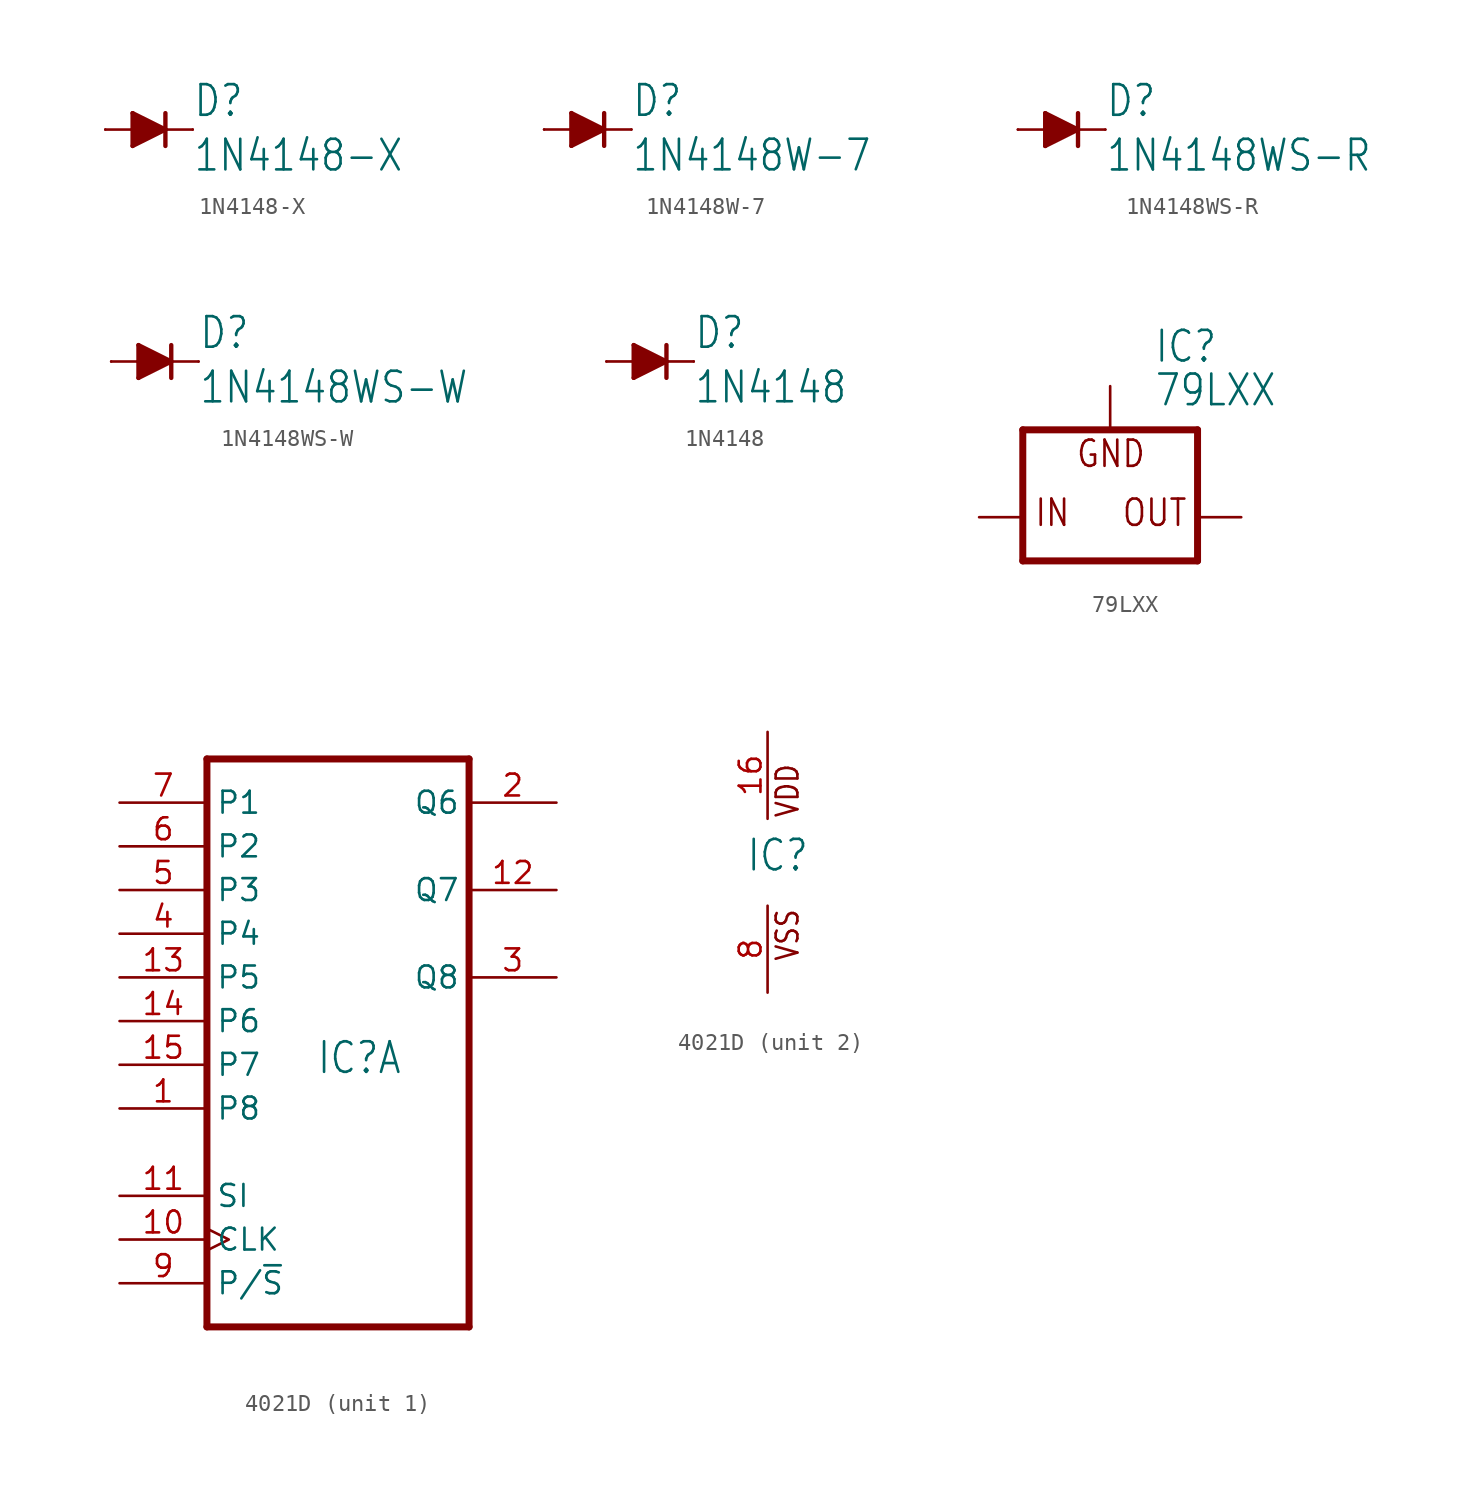
<source format=kicad_sym>
(kicad_symbol_lib
  (version 20211014)
  (generator kicad_symbol_editor)
  (symbol "1N4148-X"
    (property "Reference" "D"
      (at 2.54 0.635 0)
      (effects (font (size 1.778 1.511)) (justify left bottom)))
    (property "Value" "1N4148-X"
      (at 2.54 -2.54 0)
      (effects (font (size 1.778 1.511)) (justify left bottom)))
    (property "ki_locked" ""
      (at 0 0 0)
      (effects (font (size 1.27 1.27))))
    (symbol "1N4148-X_1_0"
      (polyline (pts (xy -0.953 -0.953) (xy 0.953 0)) (stroke (width 0.254) (type default) (color 0 0 0 0)) (fill (type none)))
      (polyline (pts (xy -0.953 0) (xy -2.54 0)) (stroke (width 0.152) (type default) (color 0 0 0 0)) (fill (type none)))
      (polyline (pts (xy -0.953 0) (xy -0.953 -0.953)) (stroke (width 0.254) (type default) (color 0 0 0 0)) (fill (type none)))
      (polyline (pts (xy -0.953 0.953) (xy -0.953 0)) (stroke (width 0.254) (type default) (color 0 0 0 0)) (fill (type none)))
      (polyline (pts (xy 0.953 0) (xy -0.953 0.953)) (stroke (width 0.254) (type default) (color 0 0 0 0)) (fill (type none)))
      (polyline (pts (xy 0.953 0) (xy 0.953 -0.953)) (stroke (width 0.254) (type default) (color 0 0 0 0)) (fill (type none)))
      (polyline (pts (xy 0.953 0) (xy 2.54 0)) (stroke (width 0.152) (type default) (color 0 0 0 0)) (fill (type none)))
      (polyline (pts (xy 0.953 0.953) (xy 0.953 0)) (stroke (width 0.254) (type default) (color 0 0 0 0)) (fill (type none)))
      (polyline (pts (xy -0.953 0.953) (xy 0.953 0) (xy -0.953 -0.953)) (stroke (width 0) (type default) (color 0 0 0 0)) (fill (type outline)))
      (pin passive line (at -2.54 0 0) (length 0) (name "A" (effects (font (size 0 0)))) (number "A" (effects (font (size 0 0)))))
      (pin passive line (at 2.54 0 180) (length 0) (name "C" (effects (font (size 0 0)))) (number "C" (effects (font (size 0 0)))))))
  (symbol "1N4148W-7"
    (property "Reference" "D"
      (at 2.54 0.635 0)
      (effects (font (size 1.778 1.511)) (justify left bottom)))
    (property "Value" "1N4148W-7"
      (at 2.54 -2.54 0)
      (effects (font (size 1.778 1.511)) (justify left bottom)))
    (property "ki_locked" ""
      (at 0 0 0)
      (effects (font (size 1.27 1.27))))
    (symbol "1N4148W-7_1_0"
      (polyline (pts (xy -0.953 -0.953) (xy 0.953 0)) (stroke (width 0.254) (type default) (color 0 0 0 0)) (fill (type none)))
      (polyline (pts (xy -0.953 0) (xy -2.54 0)) (stroke (width 0.152) (type default) (color 0 0 0 0)) (fill (type none)))
      (polyline (pts (xy -0.953 0) (xy -0.953 -0.953)) (stroke (width 0.254) (type default) (color 0 0 0 0)) (fill (type none)))
      (polyline (pts (xy -0.953 0.953) (xy -0.953 0)) (stroke (width 0.254) (type default) (color 0 0 0 0)) (fill (type none)))
      (polyline (pts (xy 0.953 0) (xy -0.953 0.953)) (stroke (width 0.254) (type default) (color 0 0 0 0)) (fill (type none)))
      (polyline (pts (xy 0.953 0) (xy 0.953 -0.953)) (stroke (width 0.254) (type default) (color 0 0 0 0)) (fill (type none)))
      (polyline (pts (xy 0.953 0) (xy 2.54 0)) (stroke (width 0.152) (type default) (color 0 0 0 0)) (fill (type none)))
      (polyline (pts (xy 0.953 0.953) (xy 0.953 0)) (stroke (width 0.254) (type default) (color 0 0 0 0)) (fill (type none)))
      (polyline (pts (xy -0.953 0.953) (xy 0.953 0) (xy -0.953 -0.953)) (stroke (width 0) (type default) (color 0 0 0 0)) (fill (type outline)))
      (pin passive line (at -2.54 0 0) (length 0) (name "A" (effects (font (size 0 0)))) (number "A" (effects (font (size 0 0)))))
      (pin passive line (at 2.54 0 180) (length 0) (name "C" (effects (font (size 0 0)))) (number "C" (effects (font (size 0 0)))))))
  (symbol "1N4148WS-R"
    (property "Reference" "D"
      (at 2.54 0.635 0)
      (effects (font (size 1.778 1.511)) (justify left bottom)))
    (property "Value" "1N4148WS-R"
      (at 2.54 -2.54 0)
      (effects (font (size 1.778 1.511)) (justify left bottom)))
    (property "ki_locked" ""
      (at 0 0 0)
      (effects (font (size 1.27 1.27))))
    (symbol "1N4148WS-R_1_0"
      (polyline (pts (xy -0.953 -0.953) (xy 0.953 0)) (stroke (width 0.254) (type default) (color 0 0 0 0)) (fill (type none)))
      (polyline (pts (xy -0.953 0) (xy -2.54 0)) (stroke (width 0.152) (type default) (color 0 0 0 0)) (fill (type none)))
      (polyline (pts (xy -0.953 0) (xy -0.953 -0.953)) (stroke (width 0.254) (type default) (color 0 0 0 0)) (fill (type none)))
      (polyline (pts (xy -0.953 0.953) (xy -0.953 0)) (stroke (width 0.254) (type default) (color 0 0 0 0)) (fill (type none)))
      (polyline (pts (xy 0.953 0) (xy -0.953 0.953)) (stroke (width 0.254) (type default) (color 0 0 0 0)) (fill (type none)))
      (polyline (pts (xy 0.953 0) (xy 0.953 -0.953)) (stroke (width 0.254) (type default) (color 0 0 0 0)) (fill (type none)))
      (polyline (pts (xy 0.953 0) (xy 2.54 0)) (stroke (width 0.152) (type default) (color 0 0 0 0)) (fill (type none)))
      (polyline (pts (xy 0.953 0.953) (xy 0.953 0)) (stroke (width 0.254) (type default) (color 0 0 0 0)) (fill (type none)))
      (polyline (pts (xy -0.953 0.953) (xy 0.953 0) (xy -0.953 -0.953)) (stroke (width 0) (type default) (color 0 0 0 0)) (fill (type outline)))
      (pin passive line (at -2.54 0 0) (length 0) (name "A" (effects (font (size 0 0)))) (number "A" (effects (font (size 0 0)))))
      (pin passive line (at 2.54 0 180) (length 0) (name "C" (effects (font (size 0 0)))) (number "C" (effects (font (size 0 0)))))))
  (symbol "1N4148WS-W"
    (property "Reference" "D"
      (at 2.54 0.635 0)
      (effects (font (size 1.778 1.511)) (justify left bottom)))
    (property "Value" "1N4148WS-W"
      (at 2.54 -2.54 0)
      (effects (font (size 1.778 1.511)) (justify left bottom)))
    (property "ki_locked" ""
      (at 0 0 0)
      (effects (font (size 1.27 1.27))))
    (symbol "1N4148WS-W_1_0"
      (polyline (pts (xy -0.953 -0.953) (xy 0.953 0)) (stroke (width 0.254) (type default) (color 0 0 0 0)) (fill (type none)))
      (polyline (pts (xy -0.953 0) (xy -2.54 0)) (stroke (width 0.152) (type default) (color 0 0 0 0)) (fill (type none)))
      (polyline (pts (xy -0.953 0) (xy -0.953 -0.953)) (stroke (width 0.254) (type default) (color 0 0 0 0)) (fill (type none)))
      (polyline (pts (xy -0.953 0.953) (xy -0.953 0)) (stroke (width 0.254) (type default) (color 0 0 0 0)) (fill (type none)))
      (polyline (pts (xy 0.953 0) (xy -0.953 0.953)) (stroke (width 0.254) (type default) (color 0 0 0 0)) (fill (type none)))
      (polyline (pts (xy 0.953 0) (xy 0.953 -0.953)) (stroke (width 0.254) (type default) (color 0 0 0 0)) (fill (type none)))
      (polyline (pts (xy 0.953 0) (xy 2.54 0)) (stroke (width 0.152) (type default) (color 0 0 0 0)) (fill (type none)))
      (polyline (pts (xy 0.953 0.953) (xy 0.953 0)) (stroke (width 0.254) (type default) (color 0 0 0 0)) (fill (type none)))
      (polyline (pts (xy -0.953 0.953) (xy 0.953 0) (xy -0.953 -0.953)) (stroke (width 0) (type default) (color 0 0 0 0)) (fill (type outline)))
      (pin passive line (at -2.54 0 0) (length 0) (name "A" (effects (font (size 0 0)))) (number "A" (effects (font (size 0 0)))))
      (pin passive line (at 2.54 0 180) (length 0) (name "C" (effects (font (size 0 0)))) (number "C" (effects (font (size 0 0)))))))
  (symbol "1N4148"
    (property "Reference" "D"
      (at 2.54 0.635 0)
      (effects (font (size 1.778 1.511)) (justify left bottom)))
    (property "Value" "1N4148"
      (at 2.54 -2.54 0)
      (effects (font (size 1.778 1.511)) (justify left bottom)))
    (property "ki_locked" ""
      (at 0 0 0)
      (effects (font (size 1.27 1.27))))
    (symbol "1N4148_1_0"
      (polyline (pts (xy -0.953 -0.953) (xy 0.953 0)) (stroke (width 0.254) (type default) (color 0 0 0 0)) (fill (type none)))
      (polyline (pts (xy -0.953 0) (xy -2.54 0)) (stroke (width 0.152) (type default) (color 0 0 0 0)) (fill (type none)))
      (polyline (pts (xy -0.953 0) (xy -0.953 -0.953)) (stroke (width 0.254) (type default) (color 0 0 0 0)) (fill (type none)))
      (polyline (pts (xy -0.953 0.953) (xy -0.953 0)) (stroke (width 0.254) (type default) (color 0 0 0 0)) (fill (type none)))
      (polyline (pts (xy 0.953 0) (xy -0.953 0.953)) (stroke (width 0.254) (type default) (color 0 0 0 0)) (fill (type none)))
      (polyline (pts (xy 0.953 0) (xy 0.953 -0.953)) (stroke (width 0.254) (type default) (color 0 0 0 0)) (fill (type none)))
      (polyline (pts (xy 0.953 0) (xy 2.54 0)) (stroke (width 0.152) (type default) (color 0 0 0 0)) (fill (type none)))
      (polyline (pts (xy 0.953 0.953) (xy 0.953 0)) (stroke (width 0.254) (type default) (color 0 0 0 0)) (fill (type none)))
      (polyline (pts (xy -0.953 0.953) (xy 0.953 0) (xy -0.953 -0.953)) (stroke (width 0) (type default) (color 0 0 0 0)) (fill (type outline)))
      (pin passive line (at -2.54 0 0) (length 0) (name "A" (effects (font (size 0 0)))) (number "A" (effects (font (size 0 0)))))
      (pin passive line (at 2.54 0 180) (length 0) (name "C" (effects (font (size 0 0)))) (number "C" (effects (font (size 0 0)))))))
  (symbol "79LXX"
    (property "Reference" "IC"
      (at 2.54 8.89 0)
      (effects (font (size 1.778 1.511)) (justify left bottom)))
    (property "Value" "79LXX"
      (at 2.54 6.35 0)
      (effects (font (size 1.778 1.511)) (justify left bottom)))
    (property "ki_locked" ""
      (at 0 0 0)
      (effects (font (size 1.27 1.27))))
    (symbol "79LXX_1_0"
      (polyline (pts (xy -5.08 -2.54) (xy 5.08 -2.54)) (stroke (width 0.406) (type default) (color 0 0 0 0)) (fill (type none)))
      (polyline (pts (xy -5.08 5.08) (xy -5.08 -2.54)) (stroke (width 0.406) (type default) (color 0 0 0 0)) (fill (type none)))
      (polyline (pts (xy 5.08 -2.54) (xy 5.08 5.08)) (stroke (width 0.406) (type default) (color 0 0 0 0)) (fill (type none)))
      (polyline (pts (xy 5.08 5.08) (xy -5.08 5.08)) (stroke (width 0.406) (type default) (color 0 0 0 0)) (fill (type none)))
      (text "GND" (at -2.032 2.794 0) (effects (font (size 1.524 1.295)) (justify left bottom)))
      (text "IN" (at -4.445 -0.635 0) (effects (font (size 1.524 1.295)) (justify left bottom)))
      (text "OUT" (at 0.635 -0.635 0) (effects (font (size 1.524 1.295)) (justify left bottom)))
      (pin input line (at 0 7.62 270) (length 2.54) (name "GND" (effects (font (size 0 0)))) (number "GND" (effects (font (size 0 0)))))
      (pin input line (at -7.62 0 0) (length 2.54) (name "IN" (effects (font (size 0 0)))) (number "IN" (effects (font (size 0 0)))))
      (pin passive line (at 7.62 0 180) (length 2.54) (name "OUT" (effects (font (size 0 0)))) (number "OUT" (effects (font (size 0 0)))))))
  (symbol "4021D"
    (property "Reference" "IC"
      (at -1.27 -0.635 0)
      (effects (font (size 1.778 1.511)) (justify left bottom)))
    (property "ki_locked" ""
      (at 0 0 0)
      (effects (font (size 1.27 1.27))))
    (symbol "4021D_1_0"
      (polyline (pts (xy -7.62 -15.24) (xy 7.62 -15.24)) (stroke (width 0.406) (type default) (color 0 0 0 0)) (fill (type none)))
      (polyline (pts (xy -7.62 17.78) (xy -7.62 -15.24)) (stroke (width 0.406) (type default) (color 0 0 0 0)) (fill (type none)))
      (polyline (pts (xy 7.62 -15.24) (xy 7.62 17.78)) (stroke (width 0.406) (type default) (color 0 0 0 0)) (fill (type none)))
      (polyline (pts (xy 7.62 17.78) (xy -7.62 17.78)) (stroke (width 0.406) (type default) (color 0 0 0 0)) (fill (type none)))
      (pin input line (at -12.7 -2.54 0) (length 5.08) (name "P8" (effects (font (size 1.27 1.27)))) (number "1" (effects (font (size 1.27 1.27)))))
      (pin input clock (at -12.7 -10.16 0) (length 5.08) (name "CLK" (effects (font (size 1.27 1.27)))) (number "10" (effects (font (size 1.27 1.27)))))
      (pin input line (at -12.7 -7.62 0) (length 5.08) (name "SI" (effects (font (size 1.27 1.27)))) (number "11" (effects (font (size 1.27 1.27)))))
      (pin output line (at 12.7 10.16 180) (length 5.08) (name "Q7" (effects (font (size 1.27 1.27)))) (number "12" (effects (font (size 1.27 1.27)))))
      (pin input line (at -12.7 5.08 0) (length 5.08) (name "P5" (effects (font (size 1.27 1.27)))) (number "13" (effects (font (size 1.27 1.27)))))
      (pin input line (at -12.7 2.54 0) (length 5.08) (name "P6" (effects (font (size 1.27 1.27)))) (number "14" (effects (font (size 1.27 1.27)))))
      (pin input line (at -12.7 0 0) (length 5.08) (name "P7" (effects (font (size 1.27 1.27)))) (number "15" (effects (font (size 1.27 1.27)))))
      (pin output line (at 12.7 15.24 180) (length 5.08) (name "Q6" (effects (font (size 1.27 1.27)))) (number "2" (effects (font (size 1.27 1.27)))))
      (pin output line (at 12.7 5.08 180) (length 5.08) (name "Q8" (effects (font (size 1.27 1.27)))) (number "3" (effects (font (size 1.27 1.27)))))
      (pin input line (at -12.7 7.62 0) (length 5.08) (name "P4" (effects (font (size 1.27 1.27)))) (number "4" (effects (font (size 1.27 1.27)))))
      (pin input line (at -12.7 10.16 0) (length 5.08) (name "P3" (effects (font (size 1.27 1.27)))) (number "5" (effects (font (size 1.27 1.27)))))
      (pin input line (at -12.7 12.7 0) (length 5.08) (name "P2" (effects (font (size 1.27 1.27)))) (number "6" (effects (font (size 1.27 1.27)))))
      (pin input line (at -12.7 15.24 0) (length 5.08) (name "P1" (effects (font (size 1.27 1.27)))) (number "7" (effects (font (size 1.27 1.27)))))
      (pin input line (at -12.7 -12.7 0) (length 5.08) (name "P/~{S}" (effects (font (size 1.27 1.27)))) (number "9" (effects (font (size 1.27 1.27))))))
    (symbol "4021D_2_0"
      (text "VDD" (at 1.905 2.54 900) (effects (font (size 1.27 1.079)) (justify left bottom)))
      (text "VSS" (at 1.905 -5.842 900) (effects (font (size 1.27 1.079)) (justify left bottom)))
      (pin power_in line (at 0 7.62 270) (length 5.08) (name "VDD" (effects (font (size 0 0)))) (number "16" (effects (font (size 1.27 1.27)))))
      (pin power_in line (at 0 -7.62 90) (length 5.08) (name "VSS" (effects (font (size 0 0)))) (number "8" (effects (font (size 1.27 1.27))))))))
</source>
